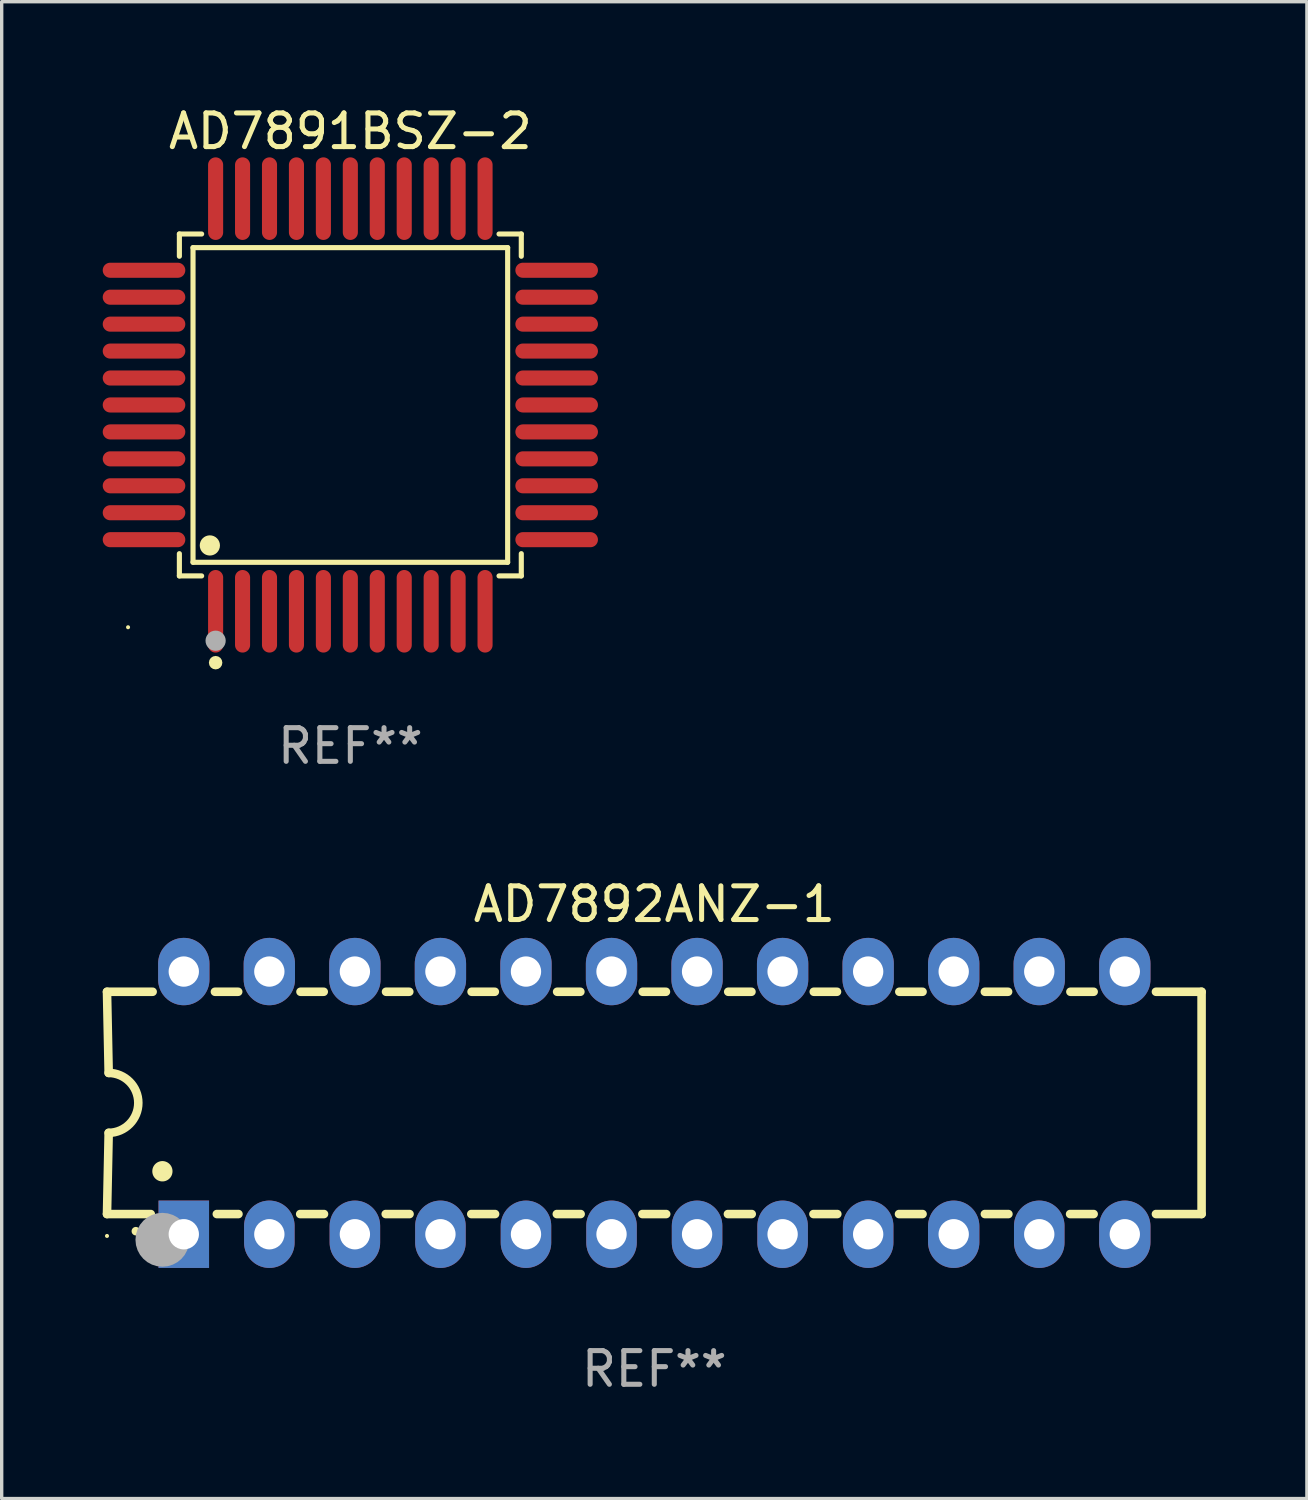
<source format=kicad_pcb>
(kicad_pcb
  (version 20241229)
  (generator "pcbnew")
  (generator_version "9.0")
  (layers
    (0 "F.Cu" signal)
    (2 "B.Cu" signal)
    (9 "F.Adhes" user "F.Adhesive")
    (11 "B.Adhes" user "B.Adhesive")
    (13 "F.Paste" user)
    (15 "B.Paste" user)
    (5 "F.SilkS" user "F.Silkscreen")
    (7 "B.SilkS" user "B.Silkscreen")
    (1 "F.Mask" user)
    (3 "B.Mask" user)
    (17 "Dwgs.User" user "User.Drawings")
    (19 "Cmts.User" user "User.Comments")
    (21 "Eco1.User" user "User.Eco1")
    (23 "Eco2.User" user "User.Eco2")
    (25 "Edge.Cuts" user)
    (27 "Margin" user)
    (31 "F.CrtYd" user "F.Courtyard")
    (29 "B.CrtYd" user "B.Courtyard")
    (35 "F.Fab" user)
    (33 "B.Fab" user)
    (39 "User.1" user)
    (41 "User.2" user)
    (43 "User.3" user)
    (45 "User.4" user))
  (footprint "AD7892ANZ-1"
    (layer "F.Cu")
    (at 16.377 29.697)
    (property "Reference" "AD7892ANZ-1" (at 0 -5.9 0) (layer "F.SilkS") (effects (font (size 1 1) (thickness 0.15))))
    (attr through_hole)
    (fp_line (start -16.25 -3.3) (end -16.2 -0.889) (stroke (width 0.254) (type solid)) (layer "F.SilkS"))
    (fp_line (start -16.25 -3.3) (end -14.895 -3.3) (stroke (width 0.254) (type solid)) (layer "F.SilkS"))
    (fp_line (start -16.25 3.3) (end -16.2 0.889) (stroke (width 0.254) (type solid)) (layer "F.SilkS"))
    (fp_line (start -16.25 3.3) (end -14.951 3.3) (stroke (width 0.254) (type solid)) (layer "F.SilkS"))
    (fp_line (start -13.045 -3.3) (end -12.355 -3.3) (stroke (width 0.254) (type solid)) (layer "F.SilkS"))
    (fp_line (start -12.989 3.3) (end -12.347 3.3) (stroke (width 0.254) (type solid)) (layer "F.SilkS"))
    (fp_line (start -10.514 3.3) (end -9.807 3.3) (stroke (width 0.254) (type solid)) (layer "F.SilkS"))
    (fp_line (start -10.505 -3.3) (end -9.815 -3.3) (stroke (width 0.254) (type solid)) (layer "F.SilkS"))
    (fp_line (start -7.974 3.3) (end -7.267 3.3) (stroke (width 0.254) (type solid)) (layer "F.SilkS"))
    (fp_line (start -7.965 -3.3) (end -7.275 -3.3) (stroke (width 0.254) (type solid)) (layer "F.SilkS"))
    (fp_line (start -5.434 3.3) (end -4.727 3.3) (stroke (width 0.254) (type solid)) (layer "F.SilkS"))
    (fp_line (start -5.425 -3.3) (end -4.735 -3.3) (stroke (width 0.254) (type solid)) (layer "F.SilkS"))
    (fp_line (start -2.894 3.3) (end -2.187 3.3) (stroke (width 0.254) (type solid)) (layer "F.SilkS"))
    (fp_line (start -2.885 -3.3) (end -2.195 -3.3) (stroke (width 0.254) (type solid)) (layer "F.SilkS"))
    (fp_line (start -0.354 3.3) (end 0.353 3.3) (stroke (width 0.254) (type solid)) (layer "F.SilkS"))
    (fp_line (start -0.345 -3.3) (end 0.345 -3.3) (stroke (width 0.254) (type solid)) (layer "F.SilkS"))
    (fp_line (start 2.186 3.3) (end 2.893 3.3) (stroke (width 0.254) (type solid)) (layer "F.SilkS"))
    (fp_line (start 2.195 -3.3) (end 2.885 -3.3) (stroke (width 0.254) (type solid)) (layer "F.SilkS"))
    (fp_line (start 4.726 3.3) (end 5.434 3.3) (stroke (width 0.254) (type solid)) (layer "F.SilkS"))
    (fp_line (start 4.735 -3.3) (end 5.425 -3.3) (stroke (width 0.254) (type solid)) (layer "F.SilkS"))
    (fp_line (start 7.266 3.3) (end 7.965 3.3) (stroke (width 0.254) (type solid)) (layer "F.SilkS"))
    (fp_line (start 7.275 -3.3) (end 7.965 -3.3) (stroke (width 0.254) (type solid)) (layer "F.SilkS"))
    (fp_line (start 9.815 -3.3) (end 10.505 -3.3) (stroke (width 0.254) (type solid)) (layer "F.SilkS"))
    (fp_line (start 9.815 3.3) (end 10.514 3.3) (stroke (width 0.254) (type solid)) (layer "F.SilkS"))
    (fp_line (start 12.346 3.3) (end 13.045 3.3) (stroke (width 0.254) (type solid)) (layer "F.SilkS"))
    (fp_line (start 12.355 -3.3) (end 13.045 -3.3) (stroke (width 0.254) (type solid)) (layer "F.SilkS"))
    (fp_line (start 16.25 -3.3) (end 14.895 -3.3) (stroke (width 0.254) (type solid)) (layer "F.SilkS"))
    (fp_line (start 16.25 -3.3) (end 16.25 3.3) (stroke (width 0.254) (type solid)) (layer "F.SilkS"))
    (fp_line (start 16.25 3.3) (end 14.895 3.3) (stroke (width 0.254) (type solid)) (layer "F.SilkS"))
    (fp_arc (start -16.201016 -0.890146) (mid -15.311429 -0.001055) (end -16.200025 0.889027) (stroke (width 0.254001) (type solid)) (layer "F.SilkS"))
    (fp_arc (start -15.394971 3.810033) (mid -15.394978 3.808763) (end -15.394971 3.807493) (stroke (width 0.25) (type solid)) (layer "F.SilkS"))
    (fp_arc (start -14.605029 2.032029) (mid -14.60504 2.029489) (end -14.605029 2.026949) (stroke (width 0.6) (type solid)) (layer "F.SilkS"))
    (fp_circle (center -16.25 3.95) (end -16.22 3.95) (stroke (width 0.06) (type solid)) (fill no) (layer "F.SilkS"))
    (fp_circle (center -14.605 4.064) (end -14.205 4.064) (stroke (width 0.8) (type solid)) (fill no) (layer "F.Fab"))
    (fp_text user "REF**" (at 0 7.9 0) (layer "F.Fab") (effects (font (size 1 1) (thickness 0.15))))
    (pad "1" thru_hole rect (at -13.97 3.9 90) (size 2 1.5) (drill 0.9) (layers "*.Cu" "*.Mask"))
    (pad "2" thru_hole oval (at -11.43 3.9 90) (size 2 1.5) (drill 0.9) (layers "*.Cu" "*.Mask"))
    (pad "3" thru_hole oval (at -8.89 3.9 90) (size 2 1.5) (drill 0.9) (layers "*.Cu" "*.Mask"))
    (pad "4" thru_hole oval (at -6.35 3.9 90) (size 2 1.5) (drill 0.9) (layers "*.Cu" "*.Mask"))
    (pad "5" thru_hole oval (at -3.81 3.9 90) (size 2 1.5) (drill 0.9) (layers "*.Cu" "*.Mask"))
    (pad "6" thru_hole oval (at -1.27 3.9 90) (size 2 1.5) (drill 0.9) (layers "*.Cu" "*.Mask"))
    (pad "7" thru_hole oval (at 1.27 3.9 90) (size 2 1.5) (drill 0.9) (layers "*.Cu" "*.Mask"))
    (pad "8" thru_hole oval (at 3.81 3.9 90) (size 2 1.5) (drill 0.9) (layers "*.Cu" "*.Mask"))
    (pad "9" thru_hole oval (at 6.35 3.9 90) (size 2 1.5) (drill 0.9) (layers "*.Cu" "*.Mask"))
    (pad "10" thru_hole oval (at 8.89 3.9 90) (size 2 1.524) (drill 0.9) (layers "*.Cu" "*.Mask"))
    (pad "11" thru_hole oval (at 11.43 3.9 90) (size 2 1.5) (drill 0.9) (layers "*.Cu" "*.Mask"))
    (pad "12" thru_hole oval (at 13.97 3.9 90) (size 2 1.524) (drill 0.9) (layers "*.Cu" "*.Mask"))
    (pad "13" thru_hole oval (at 13.97 -3.9 90) (size 2 1.524) (drill 0.9) (layers "*.Cu" "*.Mask"))
    (pad "14" thru_hole oval (at 11.43 -3.9 90) (size 2 1.524) (drill 0.9) (layers "*.Cu" "*.Mask"))
    (pad "15" thru_hole oval (at 8.89 -3.9 90) (size 2 1.524) (drill 0.9) (layers "*.Cu" "*.Mask"))
    (pad "16" thru_hole oval (at 6.35 -3.9 90) (size 2 1.524) (drill 0.9) (layers "*.Cu" "*.Mask"))
    (pad "17" thru_hole oval (at 3.81 -3.9 90) (size 2 1.524) (drill 0.9) (layers "*.Cu" "*.Mask"))
    (pad "18" thru_hole oval (at 1.27 -3.9 90) (size 2 1.524) (drill 0.9) (layers "*.Cu" "*.Mask"))
    (pad "19" thru_hole oval (at -1.27 -3.9 90) (size 2 1.524) (drill 0.9) (layers "*.Cu" "*.Mask"))
    (pad "20" thru_hole oval (at -3.81 -3.9 90) (size 2 1.524) (drill 0.9) (layers "*.Cu" "*.Mask"))
    (pad "21" thru_hole oval (at -6.35 -3.9 90) (size 2 1.524) (drill 0.9) (layers "*.Cu" "*.Mask"))
    (pad "22" thru_hole oval (at -8.89 -3.9 90) (size 2 1.524) (drill 0.9) (layers "*.Cu" "*.Mask"))
    (pad "23" thru_hole oval (at -11.43 -3.9 90) (size 2 1.524) (drill 0.9) (layers "*.Cu" "*.Mask"))
    (pad "24" thru_hole oval (at -13.97 -3.9 90) (size 2 1.524) (drill 0.9) (layers "*.Cu" "*.Mask")))
  (footprint "AD7891BSZ-2"
    (layer "F.Cu")
    (at 7.352 8.974)
    (property "Reference" "AD7891BSZ-2" (at 0 -8.126 0) (layer "F.SilkS") (effects (font (size 1 1) (thickness 0.15))))
    (attr through_hole)
    (fp_line (start -5.076 -5.076) (end -4.415 -5.076) (stroke (width 0.152) (type solid)) (layer "F.SilkS"))
    (fp_line (start -5.076 -4.415) (end -5.076 -5.076) (stroke (width 0.152) (type solid)) (layer "F.SilkS"))
    (fp_line (start -5.076 4.415) (end -5.076 5.076) (stroke (width 0.152) (type solid)) (layer "F.SilkS"))
    (fp_line (start -5.076 5.076) (end -4.415 5.076) (stroke (width 0.152) (type solid)) (layer "F.SilkS"))
    (fp_line (start -4.671 -4.671) (end 4.671 -4.671) (stroke (width 0.152) (type solid)) (layer "F.SilkS"))
    (fp_line (start -4.671 4.671) (end -4.671 -4.671) (stroke (width 0.152) (type solid)) (layer "F.SilkS"))
    (fp_line (start 4.671 -4.671) (end 4.671 4.671) (stroke (width 0.152) (type solid)) (layer "F.SilkS"))
    (fp_line (start 4.671 4.671) (end -4.671 4.671) (stroke (width 0.152) (type solid)) (layer "F.SilkS"))
    (fp_line (start 5.076 -5.076) (end 4.415 -5.076) (stroke (width 0.152) (type solid)) (layer "F.SilkS"))
    (fp_line (start 5.076 -4.415) (end 5.076 -5.076) (stroke (width 0.152) (type solid)) (layer "F.SilkS"))
    (fp_line (start 5.076 4.415) (end 5.076 5.076) (stroke (width 0.152) (type solid)) (layer "F.SilkS"))
    (fp_line (start 5.076 5.076) (end 4.415 5.076) (stroke (width 0.152) (type solid)) (layer "F.SilkS"))
    (fp_circle (center -6.6 6.6) (end -6.57 6.6) (stroke (width 0.06) (type solid)) (fill no) (layer "F.SilkS"))
    (fp_circle (center -4.171 4.171) (end -4.021 4.171) (stroke (width 0.3) (type solid)) (fill no) (layer "F.SilkS"))
    (fp_circle (center -4 7.652) (end -3.9 7.652) (stroke (width 0.2) (type solid)) (fill no) (layer "F.SilkS"))
    (fp_circle (center -4 7) (end -3.85 7) (stroke (width 0.3) (type solid)) (fill no) (layer "F.Fab"))
    (fp_text user "REF**" (at 0 10.126 0) (layer "F.Fab") (effects (font (size 1 1) (thickness 0.15))))
    (pad "1" smd oval (at -4 6.126) (size 0.448 2.452) (layers "F.Cu" "F.Mask" "F.Paste"))
    (pad "2" smd oval (at -3.2 6.126) (size 0.448 2.452) (layers "F.Cu" "F.Mask" "F.Paste"))
    (pad "3" smd oval (at -2.4 6.126) (size 0.448 2.452) (layers "F.Cu" "F.Mask" "F.Paste"))
    (pad "4" smd oval (at -1.6 6.126) (size 0.448 2.452) (layers "F.Cu" "F.Mask" "F.Paste"))
    (pad "5" smd oval (at -0.8 6.126) (size 0.448 2.452) (layers "F.Cu" "F.Mask" "F.Paste"))
    (pad "6" smd oval (at 0 6.126) (size 0.448 2.452) (layers "F.Cu" "F.Mask" "F.Paste"))
    (pad "7" smd oval (at 0.8 6.126) (size 0.448 2.452) (layers "F.Cu" "F.Mask" "F.Paste"))
    (pad "8" smd oval (at 1.6 6.126) (size 0.448 2.452) (layers "F.Cu" "F.Mask" "F.Paste"))
    (pad "9" smd oval (at 2.4 6.126) (size 0.448 2.452) (layers "F.Cu" "F.Mask" "F.Paste"))
    (pad "10" smd oval (at 3.2 6.126) (size 0.448 2.452) (layers "F.Cu" "F.Mask" "F.Paste"))
    (pad "11" smd oval (at 4 6.126) (size 0.448 2.452) (layers "F.Cu" "F.Mask" "F.Paste"))
    (pad "12" smd oval (at 6.126 4) (size 2.452 0.448) (layers "F.Cu" "F.Mask" "F.Paste"))
    (pad "13" smd oval (at 6.126 3.2) (size 2.452 0.448) (layers "F.Cu" "F.Mask" "F.Paste"))
    (pad "14" smd oval (at 6.126 2.4) (size 2.452 0.448) (layers "F.Cu" "F.Mask" "F.Paste"))
    (pad "15" smd oval (at 6.126 1.6) (size 2.452 0.448) (layers "F.Cu" "F.Mask" "F.Paste"))
    (pad "16" smd oval (at 6.126 0.8) (size 2.452 0.448) (layers "F.Cu" "F.Mask" "F.Paste"))
    (pad "17" smd oval (at 6.126 0) (size 2.452 0.448) (layers "F.Cu" "F.Mask" "F.Paste"))
    (pad "18" smd oval (at 6.126 -0.8) (size 2.452 0.448) (layers "F.Cu" "F.Mask" "F.Paste"))
    (pad "19" smd oval (at 6.126 -1.6) (size 2.452 0.448) (layers "F.Cu" "F.Mask" "F.Paste"))
    (pad "20" smd oval (at 6.126 -2.4) (size 2.452 0.448) (layers "F.Cu" "F.Mask" "F.Paste"))
    (pad "21" smd oval (at 6.126 -3.2) (size 2.452 0.448) (layers "F.Cu" "F.Mask" "F.Paste"))
    (pad "22" smd oval (at 6.126 -4) (size 2.452 0.448) (layers "F.Cu" "F.Mask" "F.Paste"))
    (pad "23" smd oval (at 4 -6.126) (size 0.448 2.452) (layers "F.Cu" "F.Mask" "F.Paste"))
    (pad "24" smd oval (at 3.2 -6.126) (size 0.448 2.452) (layers "F.Cu" "F.Mask" "F.Paste"))
    (pad "25" smd oval (at 2.4 -6.126) (size 0.448 2.452) (layers "F.Cu" "F.Mask" "F.Paste"))
    (pad "26" smd oval (at 1.6 -6.126) (size 0.448 2.452) (layers "F.Cu" "F.Mask" "F.Paste"))
    (pad "27" smd oval (at 0.8 -6.126) (size 0.448 2.452) (layers "F.Cu" "F.Mask" "F.Paste"))
    (pad "28" smd oval (at 0 -6.126) (size 0.448 2.452) (layers "F.Cu" "F.Mask" "F.Paste"))
    (pad "29" smd oval (at -0.8 -6.126) (size 0.448 2.452) (layers "F.Cu" "F.Mask" "F.Paste"))
    (pad "30" smd oval (at -1.6 -6.126) (size 0.448 2.452) (layers "F.Cu" "F.Mask" "F.Paste"))
    (pad "31" smd oval (at -2.4 -6.126) (size 0.448 2.452) (layers "F.Cu" "F.Mask" "F.Paste"))
    (pad "32" smd oval (at -3.2 -6.126) (size 0.448 2.452) (layers "F.Cu" "F.Mask" "F.Paste"))
    (pad "33" smd oval (at -4 -6.126) (size 0.448 2.452) (layers "F.Cu" "F.Mask" "F.Paste"))
    (pad "34" smd oval (at -6.126 -4) (size 2.452 0.448) (layers "F.Cu" "F.Mask" "F.Paste"))
    (pad "35" smd oval (at -6.126 -3.2) (size 2.452 0.448) (layers "F.Cu" "F.Mask" "F.Paste"))
    (pad "36" smd oval (at -6.126 -2.4) (size 2.452 0.448) (layers "F.Cu" "F.Mask" "F.Paste"))
    (pad "37" smd oval (at -6.126 -1.6) (size 2.452 0.448) (layers "F.Cu" "F.Mask" "F.Paste"))
    (pad "38" smd oval (at -6.126 -0.8) (size 2.452 0.448) (layers "F.Cu" "F.Mask" "F.Paste"))
    (pad "39" smd oval (at -6.126 0) (size 2.452 0.448) (layers "F.Cu" "F.Mask" "F.Paste"))
    (pad "40" smd oval (at -6.126 0.8) (size 2.452 0.448) (layers "F.Cu" "F.Mask" "F.Paste"))
    (pad "41" smd oval (at -6.126 1.6) (size 2.452 0.448) (layers "F.Cu" "F.Mask" "F.Paste"))
    (pad "42" smd oval (at -6.126 2.4) (size 2.452 0.448) (layers "F.Cu" "F.Mask" "F.Paste"))
    (pad "43" smd oval (at -6.126 3.2) (size 2.452 0.448) (layers "F.Cu" "F.Mask" "F.Paste"))
    (pad "44" smd oval (at -6.126 4) (size 2.452 0.448) (layers "F.Cu" "F.Mask" "F.Paste")))
  (gr_rect
    (start -3 -3)
    (end 35.754 41.445)
    (stroke (width 0.1) (type default))
    (fill no)
    (layer "Edge.Cuts")))
</source>
